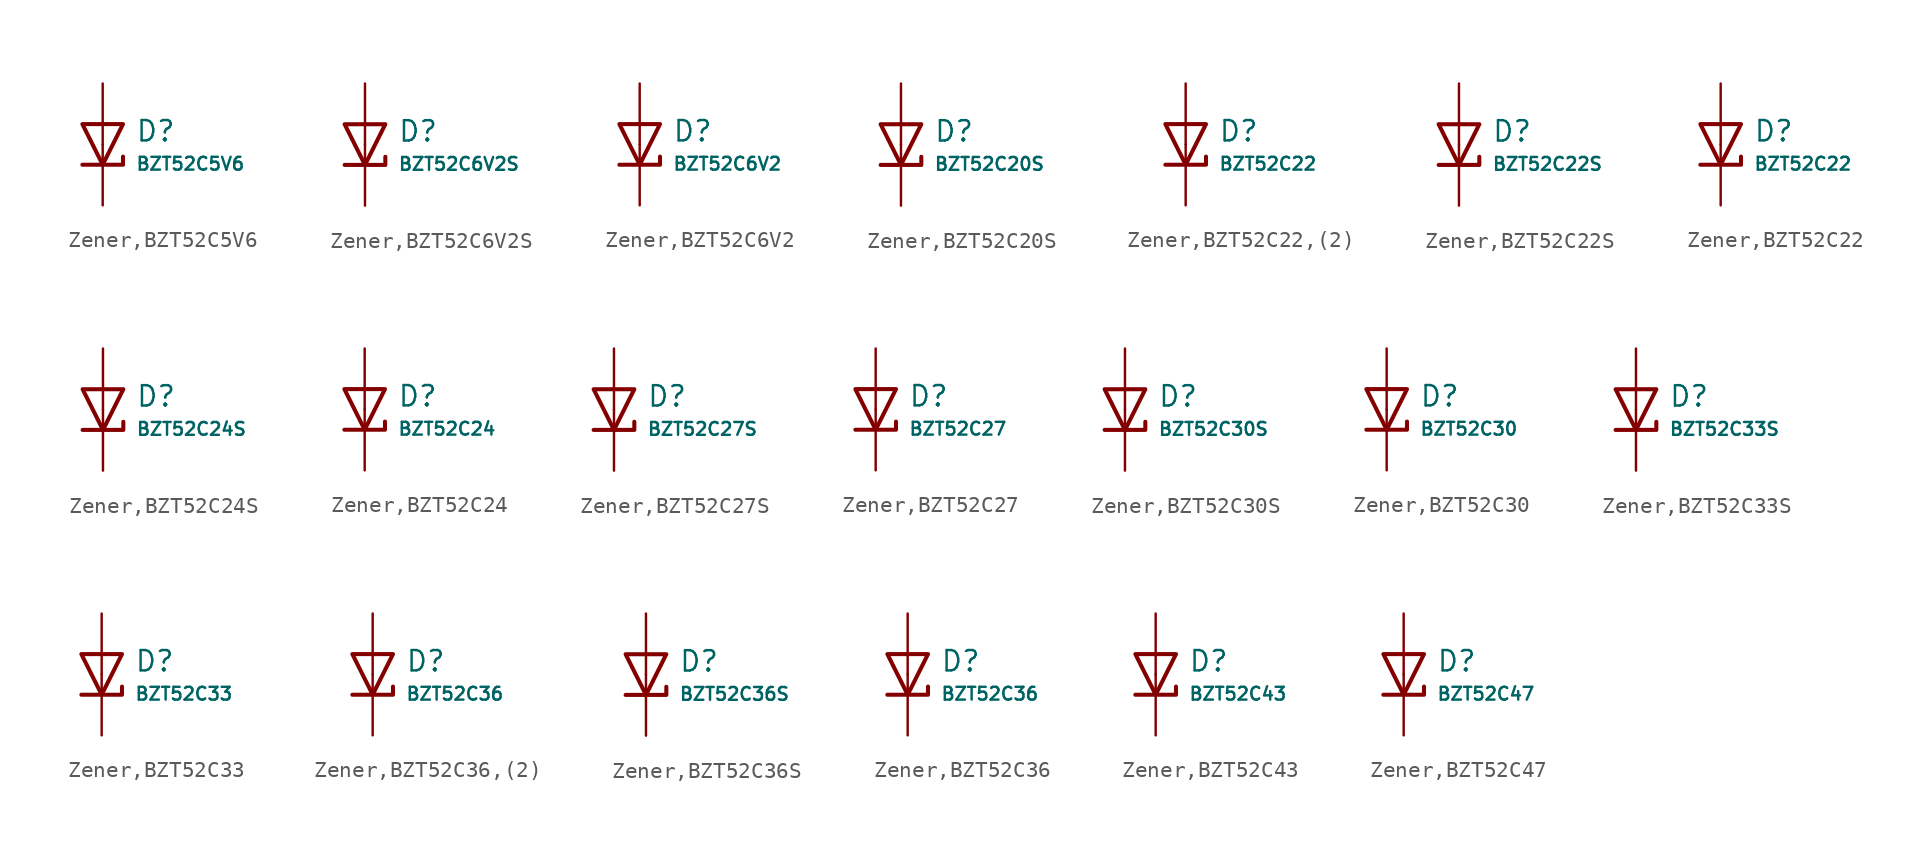
<source format=kicad_sym>
(kicad_symbol_lib
  (version 20231120)
  (generator "CDFER")
  (generator_version "8.0")
  (symbol "Zener,BZT52C5V6"
    (pin_numbers hide)
    (pin_names
      (offset 0))
    (property "Reference" "D"
      (at 2.032 0.834 0)
      (effects (font (size 1.27 1.27)) (justify left)))
    (property "Value" "BZT52C5V6"
      (at 2.032 -1.212 0)
      (effects (font (size 0.8 0.8)) (justify left)))
    (symbol "Zener,BZT52C5V6_0_1"
      (polyline (pts (xy -1.27 1.27) (xy 0.00 -1.27) (xy 1.27 1.27) (xy -1.27 1.27)) (stroke (width 0.254) (type default)) (fill (type none))))
    (symbol "Zener,BZT52C5V6_0_1"
      (polyline (pts (xy -1.27 -1.27) (xy 1.27 -1.27) (xy 1.27 -0.762)) (stroke (width 0.254) (type default)) (fill (type none))))
    (symbol "Zener,BZT52C5V6_1_1"
      (pin passive line (at 0 3.81 270) (length 3.81) (name "~" (effects (font (size 1.27 1.27)))) (number "2" (effects (font (size 1.27 1.27)))))
      (pin passive line (at 0 -3.81 90) (length 3.81) (name "~" (effects (font (size 1.27 1.27)))) (number "1" (effects (font (size 1.27 1.27)))))))
  (symbol "Zener,BZT52C6V2S"
    (pin_numbers hide)
    (pin_names
      (offset 0))
    (property "Reference" "D"
      (at 2.032 0.834 0)
      (effects (font (size 1.27 1.27)) (justify left)))
    (property "Value" "BZT52C6V2S"
      (at 2.032 -1.212 0)
      (effects (font (size 0.8 0.8)) (justify left)))
    (symbol "Zener,BZT52C6V2S_0_1"
      (polyline (pts (xy -1.27 1.27) (xy 0.00 -1.27) (xy 1.27 1.27) (xy -1.27 1.27)) (stroke (width 0.254) (type default)) (fill (type none))))
    (symbol "Zener,BZT52C6V2S_0_1"
      (polyline (pts (xy -1.27 -1.27) (xy 1.27 -1.27) (xy 1.27 -0.762)) (stroke (width 0.254) (type default)) (fill (type none))))
    (symbol "Zener,BZT52C6V2S_1_1"
      (pin passive line (at 0 3.81 270) (length 3.81) (name "~" (effects (font (size 1.27 1.27)))) (number "2" (effects (font (size 1.27 1.27)))))
      (pin passive line (at 0 -3.81 90) (length 3.81) (name "~" (effects (font (size 1.27 1.27)))) (number "1" (effects (font (size 1.27 1.27)))))))
  (symbol "Zener,BZT52C6V2"
    (pin_numbers hide)
    (pin_names
      (offset 0))
    (property "Reference" "D"
      (at 2.032 0.834 0)
      (effects (font (size 1.27 1.27)) (justify left)))
    (property "Value" "BZT52C6V2"
      (at 2.032 -1.212 0)
      (effects (font (size 0.8 0.8)) (justify left)))
    (symbol "Zener,BZT52C6V2_0_1"
      (polyline (pts (xy -1.27 1.27) (xy 0.00 -1.27) (xy 1.27 1.27) (xy -1.27 1.27)) (stroke (width 0.254) (type default)) (fill (type none))))
    (symbol "Zener,BZT52C6V2_0_1"
      (polyline (pts (xy -1.27 -1.27) (xy 1.27 -1.27) (xy 1.27 -0.762)) (stroke (width 0.254) (type default)) (fill (type none))))
    (symbol "Zener,BZT52C6V2_1_1"
      (pin passive line (at 0 3.81 270) (length 3.81) (name "~" (effects (font (size 1.27 1.27)))) (number "2" (effects (font (size 1.27 1.27)))))
      (pin passive line (at 0 -3.81 90) (length 3.81) (name "~" (effects (font (size 1.27 1.27)))) (number "1" (effects (font (size 1.27 1.27)))))))
  (symbol "Zener,BZT52C20S"
    (pin_numbers hide)
    (pin_names
      (offset 0))
    (property "Reference" "D"
      (at 2.032 0.834 0)
      (effects (font (size 1.27 1.27)) (justify left)))
    (property "Value" "BZT52C20S"
      (at 2.032 -1.212 0)
      (effects (font (size 0.8 0.8)) (justify left)))
    (symbol "Zener,BZT52C20S_0_1"
      (polyline (pts (xy -1.27 1.27) (xy 0.00 -1.27) (xy 1.27 1.27) (xy -1.27 1.27)) (stroke (width 0.254) (type default)) (fill (type none))))
    (symbol "Zener,BZT52C20S_0_1"
      (polyline (pts (xy -1.27 -1.27) (xy 1.27 -1.27) (xy 1.27 -0.762)) (stroke (width 0.254) (type default)) (fill (type none))))
    (symbol "Zener,BZT52C20S_1_1"
      (pin passive line (at 0 3.81 270) (length 3.81) (name "~" (effects (font (size 1.27 1.27)))) (number "2" (effects (font (size 1.27 1.27)))))
      (pin passive line (at 0 -3.81 90) (length 3.81) (name "~" (effects (font (size 1.27 1.27)))) (number "1" (effects (font (size 1.27 1.27)))))))
  (symbol "Zener,BZT52C22,(2)"
    (pin_numbers hide)
    (pin_names
      (offset 0))
    (property "Reference" "D"
      (at 2.032 0.834 0)
      (effects (font (size 1.27 1.27)) (justify left)))
    (property "Value" "BZT52C22"
      (at 2.032 -1.212 0)
      (effects (font (size 0.8 0.8)) (justify left)))
    (symbol "Zener,BZT52C22,(2)_0_1"
      (polyline (pts (xy -1.27 1.27) (xy 0.00 -1.27) (xy 1.27 1.27) (xy -1.27 1.27)) (stroke (width 0.254) (type default)) (fill (type none))))
    (symbol "Zener,BZT52C22,(2)_0_1"
      (polyline (pts (xy -1.27 -1.27) (xy 1.27 -1.27) (xy 1.27 -0.762)) (stroke (width 0.254) (type default)) (fill (type none))))
    (symbol "Zener,BZT52C22,(2)_1_1"
      (pin passive line (at 0 3.81 270) (length 3.81) (name "~" (effects (font (size 1.27 1.27)))) (number "2" (effects (font (size 1.27 1.27)))))
      (pin passive line (at 0 -3.81 90) (length 3.81) (name "~" (effects (font (size 1.27 1.27)))) (number "1" (effects (font (size 1.27 1.27)))))))
  (symbol "Zener,BZT52C22S"
    (pin_numbers hide)
    (pin_names
      (offset 0))
    (property "Reference" "D"
      (at 2.032 0.834 0)
      (effects (font (size 1.27 1.27)) (justify left)))
    (property "Value" "BZT52C22S"
      (at 2.032 -1.212 0)
      (effects (font (size 0.8 0.8)) (justify left)))
    (symbol "Zener,BZT52C22S_0_1"
      (polyline (pts (xy -1.27 1.27) (xy 0.00 -1.27) (xy 1.27 1.27) (xy -1.27 1.27)) (stroke (width 0.254) (type default)) (fill (type none))))
    (symbol "Zener,BZT52C22S_0_1"
      (polyline (pts (xy -1.27 -1.27) (xy 1.27 -1.27) (xy 1.27 -0.762)) (stroke (width 0.254) (type default)) (fill (type none))))
    (symbol "Zener,BZT52C22S_1_1"
      (pin passive line (at 0 3.81 270) (length 3.81) (name "~" (effects (font (size 1.27 1.27)))) (number "2" (effects (font (size 1.27 1.27)))))
      (pin passive line (at 0 -3.81 90) (length 3.81) (name "~" (effects (font (size 1.27 1.27)))) (number "1" (effects (font (size 1.27 1.27)))))))
  (symbol "Zener,BZT52C22"
    (pin_numbers hide)
    (pin_names
      (offset 0))
    (property "Reference" "D"
      (at 2.032 0.834 0)
      (effects (font (size 1.27 1.27)) (justify left)))
    (property "Value" "BZT52C22"
      (at 2.032 -1.212 0)
      (effects (font (size 0.8 0.8)) (justify left)))
    (symbol "Zener,BZT52C22_0_1"
      (polyline (pts (xy -1.27 1.27) (xy 0.00 -1.27) (xy 1.27 1.27) (xy -1.27 1.27)) (stroke (width 0.254) (type default)) (fill (type none))))
    (symbol "Zener,BZT52C22_0_1"
      (polyline (pts (xy -1.27 -1.27) (xy 1.27 -1.27) (xy 1.27 -0.762)) (stroke (width 0.254) (type default)) (fill (type none))))
    (symbol "Zener,BZT52C22_1_1"
      (pin passive line (at 0 3.81 270) (length 3.81) (name "~" (effects (font (size 1.27 1.27)))) (number "2" (effects (font (size 1.27 1.27)))))
      (pin passive line (at 0 -3.81 90) (length 3.81) (name "~" (effects (font (size 1.27 1.27)))) (number "1" (effects (font (size 1.27 1.27)))))))
  (symbol "Zener,BZT52C24S"
    (pin_numbers hide)
    (pin_names
      (offset 0))
    (property "Reference" "D"
      (at 2.032 0.834 0)
      (effects (font (size 1.27 1.27)) (justify left)))
    (property "Value" "BZT52C24S"
      (at 2.032 -1.212 0)
      (effects (font (size 0.8 0.8)) (justify left)))
    (symbol "Zener,BZT52C24S_0_1"
      (polyline (pts (xy -1.27 1.27) (xy 0.00 -1.27) (xy 1.27 1.27) (xy -1.27 1.27)) (stroke (width 0.254) (type default)) (fill (type none))))
    (symbol "Zener,BZT52C24S_0_1"
      (polyline (pts (xy -1.27 -1.27) (xy 1.27 -1.27) (xy 1.27 -0.762)) (stroke (width 0.254) (type default)) (fill (type none))))
    (symbol "Zener,BZT52C24S_1_1"
      (pin passive line (at 0 3.81 270) (length 3.81) (name "~" (effects (font (size 1.27 1.27)))) (number "2" (effects (font (size 1.27 1.27)))))
      (pin passive line (at 0 -3.81 90) (length 3.81) (name "~" (effects (font (size 1.27 1.27)))) (number "1" (effects (font (size 1.27 1.27)))))))
  (symbol "Zener,BZT52C24"
    (pin_numbers hide)
    (pin_names
      (offset 0))
    (property "Reference" "D"
      (at 2.032 0.834 0)
      (effects (font (size 1.27 1.27)) (justify left)))
    (property "Value" "BZT52C24"
      (at 2.032 -1.212 0)
      (effects (font (size 0.8 0.8)) (justify left)))
    (symbol "Zener,BZT52C24_0_1"
      (polyline (pts (xy -1.27 1.27) (xy 0.00 -1.27) (xy 1.27 1.27) (xy -1.27 1.27)) (stroke (width 0.254) (type default)) (fill (type none))))
    (symbol "Zener,BZT52C24_0_1"
      (polyline (pts (xy -1.27 -1.27) (xy 1.27 -1.27) (xy 1.27 -0.762)) (stroke (width 0.254) (type default)) (fill (type none))))
    (symbol "Zener,BZT52C24_1_1"
      (pin passive line (at 0 3.81 270) (length 3.81) (name "~" (effects (font (size 1.27 1.27)))) (number "2" (effects (font (size 1.27 1.27)))))
      (pin passive line (at 0 -3.81 90) (length 3.81) (name "~" (effects (font (size 1.27 1.27)))) (number "1" (effects (font (size 1.27 1.27)))))))
  (symbol "Zener,BZT52C27S"
    (pin_numbers hide)
    (pin_names
      (offset 0))
    (property "Reference" "D"
      (at 2.032 0.834 0)
      (effects (font (size 1.27 1.27)) (justify left)))
    (property "Value" "BZT52C27S"
      (at 2.032 -1.212 0)
      (effects (font (size 0.8 0.8)) (justify left)))
    (symbol "Zener,BZT52C27S_0_1"
      (polyline (pts (xy -1.27 1.27) (xy 0.00 -1.27) (xy 1.27 1.27) (xy -1.27 1.27)) (stroke (width 0.254) (type default)) (fill (type none))))
    (symbol "Zener,BZT52C27S_0_1"
      (polyline (pts (xy -1.27 -1.27) (xy 1.27 -1.27) (xy 1.27 -0.762)) (stroke (width 0.254) (type default)) (fill (type none))))
    (symbol "Zener,BZT52C27S_1_1"
      (pin passive line (at 0 3.81 270) (length 3.81) (name "~" (effects (font (size 1.27 1.27)))) (number "2" (effects (font (size 1.27 1.27)))))
      (pin passive line (at 0 -3.81 90) (length 3.81) (name "~" (effects (font (size 1.27 1.27)))) (number "1" (effects (font (size 1.27 1.27)))))))
  (symbol "Zener,BZT52C27"
    (pin_numbers hide)
    (pin_names
      (offset 0))
    (property "Reference" "D"
      (at 2.032 0.834 0)
      (effects (font (size 1.27 1.27)) (justify left)))
    (property "Value" "BZT52C27"
      (at 2.032 -1.212 0)
      (effects (font (size 0.8 0.8)) (justify left)))
    (symbol "Zener,BZT52C27_0_1"
      (polyline (pts (xy -1.27 1.27) (xy 0.00 -1.27) (xy 1.27 1.27) (xy -1.27 1.27)) (stroke (width 0.254) (type default)) (fill (type none))))
    (symbol "Zener,BZT52C27_0_1"
      (polyline (pts (xy -1.27 -1.27) (xy 1.27 -1.27) (xy 1.27 -0.762)) (stroke (width 0.254) (type default)) (fill (type none))))
    (symbol "Zener,BZT52C27_1_1"
      (pin passive line (at 0 3.81 270) (length 3.81) (name "~" (effects (font (size 1.27 1.27)))) (number "2" (effects (font (size 1.27 1.27)))))
      (pin passive line (at 0 -3.81 90) (length 3.81) (name "~" (effects (font (size 1.27 1.27)))) (number "1" (effects (font (size 1.27 1.27)))))))
  (symbol "Zener,BZT52C30S"
    (pin_numbers hide)
    (pin_names
      (offset 0))
    (property "Reference" "D"
      (at 2.032 0.834 0)
      (effects (font (size 1.27 1.27)) (justify left)))
    (property "Value" "BZT52C30S"
      (at 2.032 -1.212 0)
      (effects (font (size 0.8 0.8)) (justify left)))
    (symbol "Zener,BZT52C30S_0_1"
      (polyline (pts (xy -1.27 1.27) (xy 0.00 -1.27) (xy 1.27 1.27) (xy -1.27 1.27)) (stroke (width 0.254) (type default)) (fill (type none))))
    (symbol "Zener,BZT52C30S_0_1"
      (polyline (pts (xy -1.27 -1.27) (xy 1.27 -1.27) (xy 1.27 -0.762)) (stroke (width 0.254) (type default)) (fill (type none))))
    (symbol "Zener,BZT52C30S_1_1"
      (pin passive line (at 0 3.81 270) (length 3.81) (name "~" (effects (font (size 1.27 1.27)))) (number "2" (effects (font (size 1.27 1.27)))))
      (pin passive line (at 0 -3.81 90) (length 3.81) (name "~" (effects (font (size 1.27 1.27)))) (number "1" (effects (font (size 1.27 1.27)))))))
  (symbol "Zener,BZT52C30"
    (pin_numbers hide)
    (pin_names
      (offset 0))
    (property "Reference" "D"
      (at 2.032 0.834 0)
      (effects (font (size 1.27 1.27)) (justify left)))
    (property "Value" "BZT52C30"
      (at 2.032 -1.212 0)
      (effects (font (size 0.8 0.8)) (justify left)))
    (symbol "Zener,BZT52C30_0_1"
      (polyline (pts (xy -1.27 1.27) (xy 0.00 -1.27) (xy 1.27 1.27) (xy -1.27 1.27)) (stroke (width 0.254) (type default)) (fill (type none))))
    (symbol "Zener,BZT52C30_0_1"
      (polyline (pts (xy -1.27 -1.27) (xy 1.27 -1.27) (xy 1.27 -0.762)) (stroke (width 0.254) (type default)) (fill (type none))))
    (symbol "Zener,BZT52C30_1_1"
      (pin passive line (at 0 3.81 270) (length 3.81) (name "~" (effects (font (size 1.27 1.27)))) (number "2" (effects (font (size 1.27 1.27)))))
      (pin passive line (at 0 -3.81 90) (length 3.81) (name "~" (effects (font (size 1.27 1.27)))) (number "1" (effects (font (size 1.27 1.27)))))))
  (symbol "Zener,BZT52C33S"
    (pin_numbers hide)
    (pin_names
      (offset 0))
    (property "Reference" "D"
      (at 2.032 0.834 0)
      (effects (font (size 1.27 1.27)) (justify left)))
    (property "Value" "BZT52C33S"
      (at 2.032 -1.212 0)
      (effects (font (size 0.8 0.8)) (justify left)))
    (symbol "Zener,BZT52C33S_0_1"
      (polyline (pts (xy -1.27 1.27) (xy 0.00 -1.27) (xy 1.27 1.27) (xy -1.27 1.27)) (stroke (width 0.254) (type default)) (fill (type none))))
    (symbol "Zener,BZT52C33S_0_1"
      (polyline (pts (xy -1.27 -1.27) (xy 1.27 -1.27) (xy 1.27 -0.762)) (stroke (width 0.254) (type default)) (fill (type none))))
    (symbol "Zener,BZT52C33S_1_1"
      (pin passive line (at 0 3.81 270) (length 3.81) (name "~" (effects (font (size 1.27 1.27)))) (number "2" (effects (font (size 1.27 1.27)))))
      (pin passive line (at 0 -3.81 90) (length 3.81) (name "~" (effects (font (size 1.27 1.27)))) (number "1" (effects (font (size 1.27 1.27)))))))
  (symbol "Zener,BZT52C33"
    (pin_numbers hide)
    (pin_names
      (offset 0))
    (property "Reference" "D"
      (at 2.032 0.834 0)
      (effects (font (size 1.27 1.27)) (justify left)))
    (property "Value" "BZT52C33"
      (at 2.032 -1.212 0)
      (effects (font (size 0.8 0.8)) (justify left)))
    (symbol "Zener,BZT52C33_0_1"
      (polyline (pts (xy -1.27 1.27) (xy 0.00 -1.27) (xy 1.27 1.27) (xy -1.27 1.27)) (stroke (width 0.254) (type default)) (fill (type none))))
    (symbol "Zener,BZT52C33_0_1"
      (polyline (pts (xy -1.27 -1.27) (xy 1.27 -1.27) (xy 1.27 -0.762)) (stroke (width 0.254) (type default)) (fill (type none))))
    (symbol "Zener,BZT52C33_1_1"
      (pin passive line (at 0 3.81 270) (length 3.81) (name "~" (effects (font (size 1.27 1.27)))) (number "2" (effects (font (size 1.27 1.27)))))
      (pin passive line (at 0 -3.81 90) (length 3.81) (name "~" (effects (font (size 1.27 1.27)))) (number "1" (effects (font (size 1.27 1.27)))))))
  (symbol "Zener,BZT52C36,(2)"
    (pin_numbers hide)
    (pin_names
      (offset 0))
    (property "Reference" "D"
      (at 2.032 0.834 0)
      (effects (font (size 1.27 1.27)) (justify left)))
    (property "Value" "BZT52C36"
      (at 2.032 -1.212 0)
      (effects (font (size 0.8 0.8)) (justify left)))
    (symbol "Zener,BZT52C36,(2)_0_1"
      (polyline (pts (xy -1.27 1.27) (xy 0.00 -1.27) (xy 1.27 1.27) (xy -1.27 1.27)) (stroke (width 0.254) (type default)) (fill (type none))))
    (symbol "Zener,BZT52C36,(2)_0_1"
      (polyline (pts (xy -1.27 -1.27) (xy 1.27 -1.27) (xy 1.27 -0.762)) (stroke (width 0.254) (type default)) (fill (type none))))
    (symbol "Zener,BZT52C36,(2)_1_1"
      (pin passive line (at 0 3.81 270) (length 3.81) (name "~" (effects (font (size 1.27 1.27)))) (number "2" (effects (font (size 1.27 1.27)))))
      (pin passive line (at 0 -3.81 90) (length 3.81) (name "~" (effects (font (size 1.27 1.27)))) (number "1" (effects (font (size 1.27 1.27)))))))
  (symbol "Zener,BZT52C36S"
    (pin_numbers hide)
    (pin_names
      (offset 0))
    (property "Reference" "D"
      (at 2.032 0.834 0)
      (effects (font (size 1.27 1.27)) (justify left)))
    (property "Value" "BZT52C36S"
      (at 2.032 -1.212 0)
      (effects (font (size 0.8 0.8)) (justify left)))
    (symbol "Zener,BZT52C36S_0_1"
      (polyline (pts (xy -1.27 1.27) (xy 0.00 -1.27) (xy 1.27 1.27) (xy -1.27 1.27)) (stroke (width 0.254) (type default)) (fill (type none))))
    (symbol "Zener,BZT52C36S_0_1"
      (polyline (pts (xy -1.27 -1.27) (xy 1.27 -1.27) (xy 1.27 -0.762)) (stroke (width 0.254) (type default)) (fill (type none))))
    (symbol "Zener,BZT52C36S_1_1"
      (pin passive line (at 0 3.81 270) (length 3.81) (name "~" (effects (font (size 1.27 1.27)))) (number "2" (effects (font (size 1.27 1.27)))))
      (pin passive line (at 0 -3.81 90) (length 3.81) (name "~" (effects (font (size 1.27 1.27)))) (number "1" (effects (font (size 1.27 1.27)))))))
  (symbol "Zener,BZT52C36"
    (pin_numbers hide)
    (pin_names
      (offset 0))
    (property "Reference" "D"
      (at 2.032 0.834 0)
      (effects (font (size 1.27 1.27)) (justify left)))
    (property "Value" "BZT52C36"
      (at 2.032 -1.212 0)
      (effects (font (size 0.8 0.8)) (justify left)))
    (symbol "Zener,BZT52C36_0_1"
      (polyline (pts (xy -1.27 1.27) (xy 0.00 -1.27) (xy 1.27 1.27) (xy -1.27 1.27)) (stroke (width 0.254) (type default)) (fill (type none))))
    (symbol "Zener,BZT52C36_0_1"
      (polyline (pts (xy -1.27 -1.27) (xy 1.27 -1.27) (xy 1.27 -0.762)) (stroke (width 0.254) (type default)) (fill (type none))))
    (symbol "Zener,BZT52C36_1_1"
      (pin passive line (at 0 3.81 270) (length 3.81) (name "~" (effects (font (size 1.27 1.27)))) (number "2" (effects (font (size 1.27 1.27)))))
      (pin passive line (at 0 -3.81 90) (length 3.81) (name "~" (effects (font (size 1.27 1.27)))) (number "1" (effects (font (size 1.27 1.27)))))))
  (symbol "Zener,BZT52C43"
    (pin_numbers hide)
    (pin_names
      (offset 0))
    (property "Reference" "D"
      (at 2.032 0.834 0)
      (effects (font (size 1.27 1.27)) (justify left)))
    (property "Value" "BZT52C43"
      (at 2.032 -1.212 0)
      (effects (font (size 0.8 0.8)) (justify left)))
    (symbol "Zener,BZT52C43_0_1"
      (polyline (pts (xy -1.27 1.27) (xy 0.00 -1.27) (xy 1.27 1.27) (xy -1.27 1.27)) (stroke (width 0.254) (type default)) (fill (type none))))
    (symbol "Zener,BZT52C43_0_1"
      (polyline (pts (xy -1.27 -1.27) (xy 1.27 -1.27) (xy 1.27 -0.762)) (stroke (width 0.254) (type default)) (fill (type none))))
    (symbol "Zener,BZT52C43_1_1"
      (pin passive line (at 0 3.81 270) (length 3.81) (name "~" (effects (font (size 1.27 1.27)))) (number "2" (effects (font (size 1.27 1.27)))))
      (pin passive line (at 0 -3.81 90) (length 3.81) (name "~" (effects (font (size 1.27 1.27)))) (number "1" (effects (font (size 1.27 1.27)))))))
  (symbol "Zener,BZT52C47"
    (pin_numbers hide)
    (pin_names
      (offset 0))
    (property "Reference" "D"
      (at 2.032 0.834 0)
      (effects (font (size 1.27 1.27)) (justify left)))
    (property "Value" "BZT52C47"
      (at 2.032 -1.212 0)
      (effects (font (size 0.8 0.8)) (justify left)))
    (symbol "Zener,BZT52C47_0_1"
      (polyline (pts (xy -1.27 1.27) (xy 0.00 -1.27) (xy 1.27 1.27) (xy -1.27 1.27)) (stroke (width 0.254) (type default)) (fill (type none))))
    (symbol "Zener,BZT52C47_0_1"
      (polyline (pts (xy -1.27 -1.27) (xy 1.27 -1.27) (xy 1.27 -0.762)) (stroke (width 0.254) (type default)) (fill (type none))))
    (symbol "Zener,BZT52C47_1_1"
      (pin passive line (at 0 3.81 270) (length 3.81) (name "~" (effects (font (size 1.27 1.27)))) (number "2" (effects (font (size 1.27 1.27)))))
      (pin passive line (at 0 -3.81 90) (length 3.81) (name "~" (effects (font (size 1.27 1.27)))) (number "1" (effects (font (size 1.27 1.27))))))))
</source>
